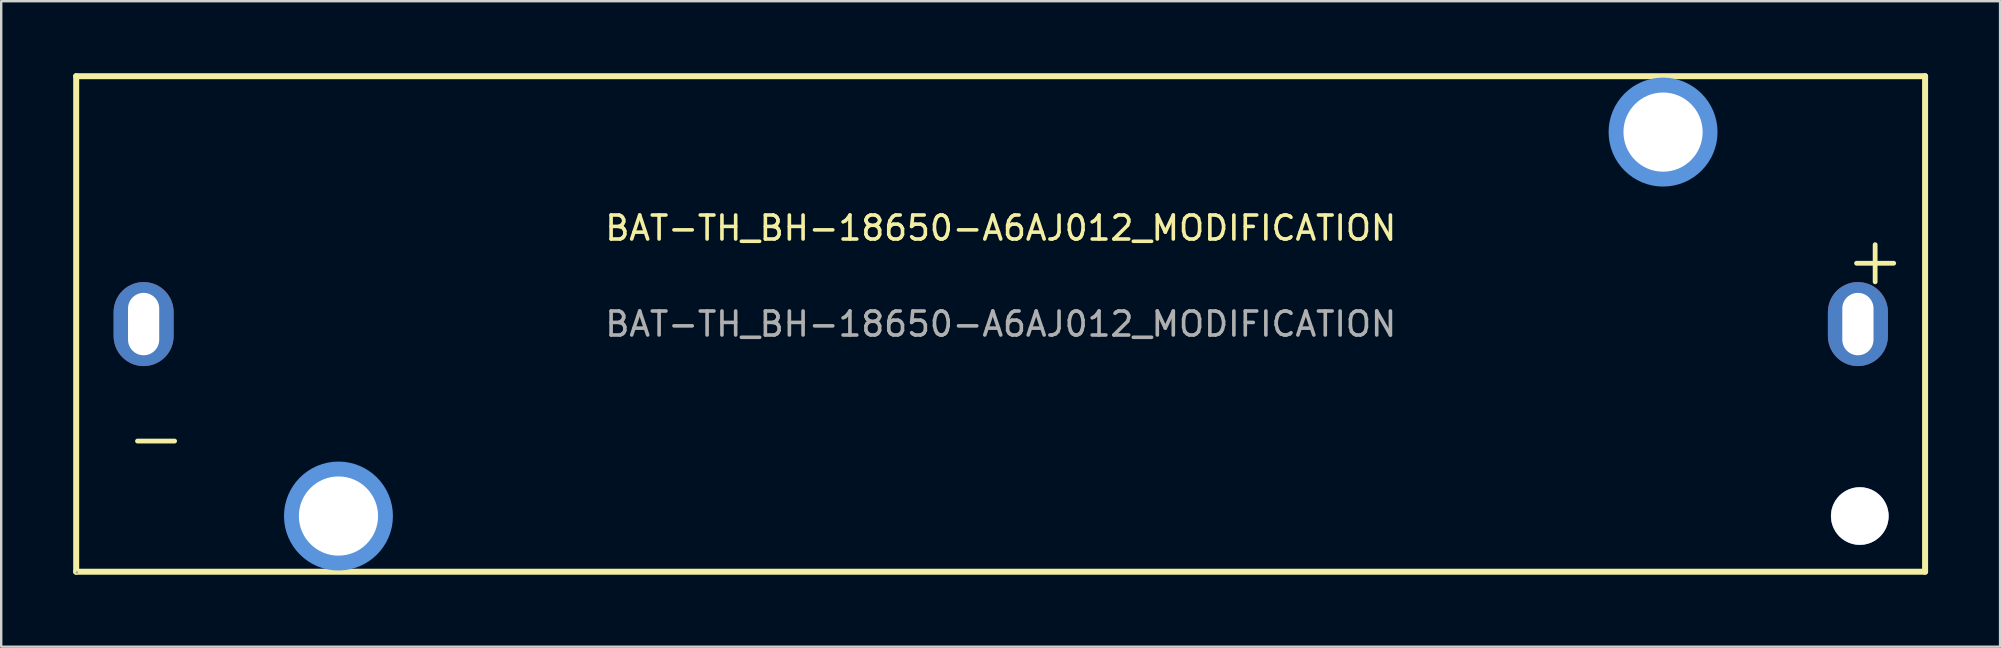
<source format=kicad_pcb>
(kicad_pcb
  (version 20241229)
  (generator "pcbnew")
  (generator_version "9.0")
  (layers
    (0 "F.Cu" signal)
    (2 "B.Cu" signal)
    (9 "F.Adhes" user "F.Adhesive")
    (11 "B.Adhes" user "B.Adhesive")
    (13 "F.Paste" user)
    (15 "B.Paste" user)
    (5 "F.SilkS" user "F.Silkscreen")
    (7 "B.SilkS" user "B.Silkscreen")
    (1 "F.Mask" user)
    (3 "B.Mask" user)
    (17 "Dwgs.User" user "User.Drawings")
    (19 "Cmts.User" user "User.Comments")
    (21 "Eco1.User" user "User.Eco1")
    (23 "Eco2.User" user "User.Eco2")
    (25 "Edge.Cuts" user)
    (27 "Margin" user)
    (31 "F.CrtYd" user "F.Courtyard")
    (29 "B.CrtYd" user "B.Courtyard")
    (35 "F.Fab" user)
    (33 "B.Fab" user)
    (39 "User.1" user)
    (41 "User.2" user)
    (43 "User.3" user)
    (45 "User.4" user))
  (footprint "BAT-TH_BH-18650-A6AJ012_MODIFICATION"
    (layer "F.Cu")
    (at 38.655 10.455)
    (property "Reference" "BAT-TH_BH-18650-A6AJ012_MODIFICATION" (at 0 -4 0) (layer "F.SilkS") (effects (font (size 1 1) (thickness 0.15))))
    (attr through_hole)
    (fp_line (start -38.53 -10.33) (end 38.52 -10.33) (stroke (width 0.25) (type solid)) (layer "F.SilkS"))
    (fp_line (start -38.53 10.32) (end -38.53 -10.33) (stroke (width 0.25) (type solid)) (layer "F.SilkS"))
    (fp_line (start -38.53 10.32) (end 38.52 10.32) (stroke (width 0.25) (type solid)) (layer "F.SilkS"))
    (fp_line (start 38.52 10.32) (end 38.52 -10.33) (stroke (width 0.25) (type solid)) (layer "F.SilkS"))
    (fp_circle (center -27.6 8) (end -26.85 8) (stroke (width 1.52) (type solid)) (fill no) (layer "Cmts.User"))
    (fp_circle (center 27.6 -8) (end 28.35 -8) (stroke (width 1.52) (type solid)) (fill no) (layer "Cmts.User"))
    (fp_circle (center 35.79 8) (end 36.39 8) (stroke (width 1.2) (type solid)) (fill no) (layer "Cmts.User"))
    (fp_circle (center -38.5 10.35) (end -38.47 10.35) (stroke (width 0.06) (type solid)) (fill no) (layer "F.Fab"))
    (fp_text user "+" (at 35.05 -2.69 0) (layer "F.SilkS") (effects (font (size 2.03 2.03) (thickness 0.2)) (justify left)))
    (fp_text user "-" (at -36.59 4.72 0) (layer "F.SilkS") (effects (font (size 2.03 2.03) (thickness 0.2)) (justify left)))
    (fp_text user "${REFERENCE}" (at 0 0 0) (layer "F.Fab") (effects (font (size 1 1) (thickness 0.15))))
    (pad "" thru_hole circle (at -27.6 8) (size 3.3 3.3) (drill 3.3) (layers "*.Cu" "*.Mask"))
    (pad "" thru_hole circle (at 27.6 -8) (size 3.3 3.3) (drill 3.3) (layers "*.Cu" "*.Mask"))
    (pad "" thru_hole circle (at 35.8 8) (size 2.4 2.4) (drill 2.4) (layers "*.Cu" "*.Mask"))
    (pad "1" thru_hole oval (at 35.72 0 180) (size 2.5 3.5) (drill oval 1.3 2.6) (layers "*.Cu" "*.Mask"))
    (pad "2" thru_hole oval (at -35.72 0 180) (size 2.5 3.5) (drill oval 1.3 2.6) (layers "*.Cu" "*.Mask")))
  (gr_rect
    (start -3 -3)
    (end 80.3 23.9)
    (stroke (width 0.1) (type default))
    (fill no)
    (layer "Edge.Cuts")))
</source>
